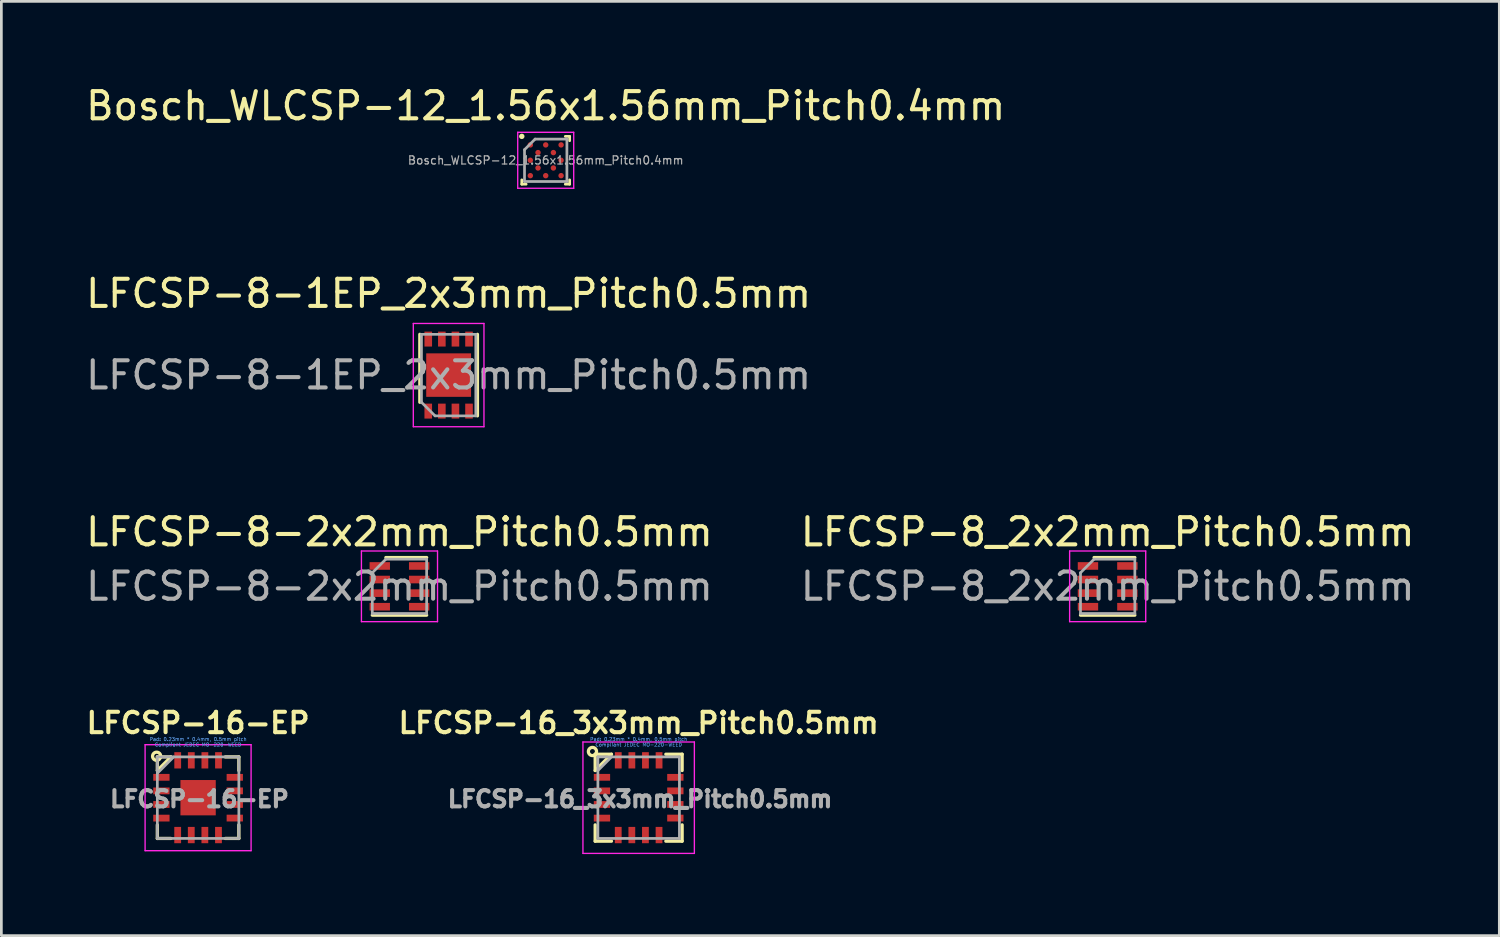
<source format=kicad_pcb>
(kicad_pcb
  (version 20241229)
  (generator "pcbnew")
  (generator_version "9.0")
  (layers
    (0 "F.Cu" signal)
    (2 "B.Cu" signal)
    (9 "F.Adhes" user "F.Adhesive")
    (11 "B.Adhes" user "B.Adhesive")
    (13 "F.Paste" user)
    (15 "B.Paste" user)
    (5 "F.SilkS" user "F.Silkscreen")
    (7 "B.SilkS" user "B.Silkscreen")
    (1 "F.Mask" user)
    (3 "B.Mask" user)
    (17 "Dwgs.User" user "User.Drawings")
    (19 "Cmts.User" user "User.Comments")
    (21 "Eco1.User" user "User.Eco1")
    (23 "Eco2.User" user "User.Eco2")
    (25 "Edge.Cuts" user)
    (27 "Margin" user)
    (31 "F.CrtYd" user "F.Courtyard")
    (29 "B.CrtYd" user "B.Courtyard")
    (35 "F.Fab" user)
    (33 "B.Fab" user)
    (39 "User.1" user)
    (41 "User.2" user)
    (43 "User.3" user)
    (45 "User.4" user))
  (footprint "LFCSP-16-EP"
    (layer "F.Cu")
    (at 4.239 26.302)
    (property "Reference" "LFCSP-16-EP" (at 0 -2.75 0) (layer "F.SilkS") (effects (font (size 0.75 0.75) (thickness 0.15))))
    (attr smd)
    (fp_line (start -1.5 -1.5) (end -1.5 -1) (stroke (width 0.12) (type solid)) (layer "F.SilkS"))
    (fp_line (start -1.5 -1.5) (end -1 -1.5) (stroke (width 0.12) (type solid)) (layer "F.SilkS"))
    (fp_line (start -1.5 -1) (end -1 -1.5) (stroke (width 0.12) (type solid)) (layer "F.SilkS"))
    (fp_line (start -1.5 1) (end -1.5 1.5) (stroke (width 0.12) (type solid)) (layer "F.SilkS"))
    (fp_line (start -1.5 1.5) (end -1 1.5) (stroke (width 0.12) (type solid)) (layer "F.SilkS"))
    (fp_line (start 1 -1.5) (end 1.5 -1.5) (stroke (width 0.12) (type solid)) (layer "F.SilkS"))
    (fp_line (start 1 1.5) (end 1.5 1.5) (stroke (width 0.12) (type solid)) (layer "F.SilkS"))
    (fp_line (start 1.5 -1.5) (end 1.5 -1) (stroke (width 0.12) (type solid)) (layer "F.SilkS"))
    (fp_line (start 1.5 1) (end 1.5 1.5) (stroke (width 0.12) (type solid)) (layer "F.SilkS"))
    (fp_circle (center -1.525 -1.525) (end -1.675 -1.525) (stroke (width 0.12) (type solid)) (fill no) (layer "F.SilkS"))
    (fp_line (start -1.95 1.95) (end -1.95 -1.95) (stroke (width 0.05) (type solid)) (layer "F.CrtYd"))
    (fp_line (start -1.95 1.95) (end 1.95 1.95) (stroke (width 0.05) (type solid)) (layer "F.CrtYd"))
    (fp_line (start 1.95 -1.95) (end -1.95 -1.95) (stroke (width 0.05) (type solid)) (layer "F.CrtYd"))
    (fp_line (start 1.95 -1.95) (end 1.95 1.95) (stroke (width 0.05) (type solid)) (layer "F.CrtYd"))
    (fp_line (start -1.5 -1.5) (end -1.5 1.5) (stroke (width 0.1) (type solid)) (layer "F.Fab"))
    (fp_line (start -1.5 -1.5) (end 1.5 -1.5) (stroke (width 0.1) (type solid)) (layer "F.Fab"))
    (fp_line (start -1.5 1.5) (end 1.5 1.5) (stroke (width 0.1) (type solid)) (layer "F.Fab"))
    (fp_line (start -0.9 -1.5) (end -1.5 -0.9) (stroke (width 0.1) (type solid)) (layer "F.Fab"))
    (fp_line (start 1.5 -1.5) (end 1.5 1.5) (stroke (width 0.1) (type solid)) (layer "F.Fab"))
    (fp_text user "Pad: 0.23mm * 0.4mm, 0.5mm pitch" (at 0 -2.15 0) (layer "Cmts.User") (effects (font (size 0.127 0.127) (thickness 0.02))))
    (fp_text user "Compliant JEDEC MO-220-WEED" (at 0 -1.95 0) (layer "Cmts.User") (effects (font (size 0.127 0.127) (thickness 0.02))))
    (fp_text user "${REFERENCE}" (at 0.05 0.05 0) (layer "F.Fab") (effects (font (size 0.6 0.6) (thickness 0.15))))
    (pad "1" smd rect (at -1.35 -0.75 270) (size 0.25 0.6) (layers "F.Cu" "F.Mask" "F.Paste"))
    (pad "2" smd rect (at -1.35 -0.25 270) (size 0.25 0.6) (layers "F.Cu" "F.Mask" "F.Paste"))
    (pad "3" smd rect (at -1.35 0.25 270) (size 0.25 0.6) (layers "F.Cu" "F.Mask" "F.Paste"))
    (pad "4" smd rect (at -1.35 0.751 270) (size 0.25 0.6) (layers "F.Cu" "F.Mask" "F.Paste"))
    (pad "5" smd rect (at -0.751 1.375 180) (size 0.25 0.6) (layers "F.Cu" "F.Mask" "F.Paste"))
    (pad "6" smd rect (at -0.251 1.375 180) (size 0.25 0.6) (layers "F.Cu" "F.Mask" "F.Paste"))
    (pad "7" smd rect (at 0.249 1.375 180) (size 0.25 0.6) (layers "F.Cu" "F.Mask" "F.Paste"))
    (pad "8" smd rect (at 0.75 1.375 180) (size 0.25 0.6) (layers "F.Cu" "F.Mask" "F.Paste"))
    (pad "9" smd rect (at 1.35 0.75 90) (size 0.25 0.6) (layers "F.Cu" "F.Mask" "F.Paste"))
    (pad "10" smd rect (at 1.35 0.249 90) (size 0.25 0.6) (layers "F.Cu" "F.Mask" "F.Paste"))
    (pad "11" smd rect (at 1.35 -0.251 90) (size 0.25 0.6) (layers "F.Cu" "F.Mask" "F.Paste"))
    (pad "12" smd rect (at 1.35 -0.749 90) (size 0.25 0.6) (layers "F.Cu" "F.Mask" "F.Paste"))
    (pad "13" smd rect (at 0.751 -1.375) (size 0.25 0.6) (layers "F.Cu" "F.Mask" "F.Paste"))
    (pad "14" smd rect (at 0.25 -1.375) (size 0.25 0.6) (layers "F.Cu" "F.Mask" "F.Paste"))
    (pad "15" smd rect (at -0.25 -1.375) (size 0.25 0.6) (layers "F.Cu" "F.Mask" "F.Paste"))
    (pad "16" smd rect (at -0.75 -1.375) (size 0.25 0.6) (layers "F.Cu" "F.Mask" "F.Paste"))
    (pad "GND" smd rect (at 0 0) (size 1.3 1.3) (layers "F.Cu" "F.Mask" "F.Paste")))
  (footprint "LFCSP-8-2x2mm_Pitch0.5mm"
    (layer "F.Cu")
    (at 11.649 18.525)
    (property "Reference" "LFCSP-8-2x2mm_Pitch0.5mm" (at 0 -2 0) (layer "F.SilkS") (effects (font (size 1 1) (thickness 0.15))))
    (attr smd)
    (fp_line (start -0.5 -1.06) (end 1 -1.06) (stroke (width 0.12) (type solid)) (layer "F.SilkS"))
    (fp_line (start 1 1.06) (end -1 1.06) (stroke (width 0.12) (type solid)) (layer "F.SilkS"))
    (fp_line (start -1.4 -1.3) (end 1.4 -1.3) (stroke (width 0.05) (type solid)) (layer "F.CrtYd"))
    (fp_line (start -1.4 1.3) (end -1.4 -1.3) (stroke (width 0.05) (type solid)) (layer "F.CrtYd"))
    (fp_line (start 1.4 -1.3) (end 1.4 1.3) (stroke (width 0.05) (type solid)) (layer "F.CrtYd"))
    (fp_line (start 1.4 1.3) (end -1.4 1.3) (stroke (width 0.05) (type solid)) (layer "F.CrtYd"))
    (fp_line (start -1 -0.5) (end -1 1) (stroke (width 0.1) (type solid)) (layer "F.Fab"))
    (fp_line (start -0.5 -1) (end -1 -0.5) (stroke (width 0.1) (type solid)) (layer "F.Fab"))
    (fp_line (start -0.5 -1) (end 1 -1) (stroke (width 0.1) (type solid)) (layer "F.Fab"))
    (fp_line (start 1 1) (end -1 1) (stroke (width 0.1) (type solid)) (layer "F.Fab"))
    (fp_line (start 1 1) (end 1 -1) (stroke (width 0.1) (type solid)) (layer "F.Fab"))
    (fp_text user "${REFERENCE}" (at 0 0 180) (layer "F.Fab") (effects (font (size 1 1) (thickness 0.15))))
    (pad "1" smd rect (at -0.725 -0.75) (size 0.75 0.28) (layers "F.Cu" "F.Mask" "F.Paste"))
    (pad "2" smd rect (at -0.725 -0.25) (size 0.75 0.28) (layers "F.Cu" "F.Mask" "F.Paste"))
    (pad "3" smd rect (at -0.725 0.25) (size 0.75 0.28) (layers "F.Cu" "F.Mask" "F.Paste"))
    (pad "4" smd rect (at -0.725 0.75) (size 0.75 0.28) (layers "F.Cu" "F.Mask" "F.Paste"))
    (pad "5" smd rect (at 0.725 0.75) (size 0.75 0.28) (layers "F.Cu" "F.Mask" "F.Paste"))
    (pad "6" smd rect (at 0.725 0.25) (size 0.75 0.28) (layers "F.Cu" "F.Mask" "F.Paste"))
    (pad "7" smd rect (at 0.725 -0.25) (size 0.75 0.28) (layers "F.Cu" "F.Mask" "F.Paste"))
    (pad "8" smd rect (at 0.725 -0.75) (size 0.75 0.28) (layers "F.Cu" "F.Mask" "F.Paste")))
  (footprint "LFCSP-8-1EP_2x3mm_Pitch0.5mm"
    (layer "F.Cu")
    (at 13.458 10.752)
    (property "Reference" "LFCSP-8-1EP_2x3mm_Pitch0.5mm" (at 0 -3 0) (layer "F.SilkS") (effects (font (size 1 1) (thickness 0.15))))
    (attr smd)
    (fp_line (start -1.06 1) (end -1.06 -1.5) (stroke (width 0.12) (type solid)) (layer "F.SilkS"))
    (fp_line (start 1.06 -1.5) (end 1.06 1.5) (stroke (width 0.12) (type solid)) (layer "F.SilkS"))
    (fp_line (start -1.3 -1.9) (end 1.3 -1.9) (stroke (width 0.05) (type solid)) (layer "F.CrtYd"))
    (fp_line (start -1.3 1.9) (end -1.3 -1.9) (stroke (width 0.05) (type solid)) (layer "F.CrtYd"))
    (fp_line (start 1.3 -1.9) (end 1.3 1.9) (stroke (width 0.05) (type solid)) (layer "F.CrtYd"))
    (fp_line (start 1.3 1.9) (end -1.3 1.9) (stroke (width 0.05) (type solid)) (layer "F.CrtYd"))
    (fp_line (start -1 1) (end -1 -1.5) (stroke (width 0.1) (type solid)) (layer "F.Fab"))
    (fp_line (start -1 1) (end -0.5 1.5) (stroke (width 0.1) (type solid)) (layer "F.Fab"))
    (fp_line (start -0.5 1.5) (end 1 1.5) (stroke (width 0.1) (type solid)) (layer "F.Fab"))
    (fp_line (start 1 -1.5) (end -1 -1.5) (stroke (width 0.1) (type solid)) (layer "F.Fab"))
    (fp_line (start 1 -1.5) (end 1 1.5) (stroke (width 0.1) (type solid)) (layer "F.Fab"))
    (fp_text user "${REFERENCE}" (at 0 0 0) (layer "F.Fab") (effects (font (size 1 1) (thickness 0.15))))
    (pad "1" smd rect (at -0.75 1.325) (size 0.28 0.55) (layers "F.Cu" "F.Mask" "F.Paste"))
    (pad "2" smd rect (at -0.25 1.325) (size 0.28 0.55) (layers "F.Cu" "F.Mask" "F.Paste"))
    (pad "3" smd rect (at 0.25 1.325) (size 0.28 0.55) (layers "F.Cu" "F.Mask" "F.Paste"))
    (pad "4" smd rect (at 0.75 1.325) (size 0.28 0.55) (layers "F.Cu" "F.Mask" "F.Paste"))
    (pad "5" smd rect (at 0.75 -1.325) (size 0.28 0.55) (layers "F.Cu" "F.Mask" "F.Paste"))
    (pad "6" smd rect (at 0.25 -1.325) (size 0.28 0.55) (layers "F.Cu" "F.Mask" "F.Paste"))
    (pad "7" smd rect (at -0.25 -1.325) (size 0.28 0.55) (layers "F.Cu" "F.Mask" "F.Paste"))
    (pad "8" smd rect (at -0.75 -1.325) (size 0.28 0.55) (layers "F.Cu" "F.Mask" "F.Paste"))
    (pad "9" smd rect (at 0 0) (size 1.65 1.6) (layers "F.Cu" "F.Mask" "F.Paste")))
  (footprint "LFCSP-16_3x3mm_Pitch0.5mm"
    (layer "F.Cu")
    (at 20.45 26.302)
    (property "Reference" "LFCSP-16_3x3mm_Pitch0.5mm" (at 0 -2.75 0) (layer "F.SilkS") (effects (font (size 0.75 0.75) (thickness 0.15))))
    (attr smd)
    (fp_line (start -1.6 -1.6) (end -1.6 -1) (stroke (width 0.12) (type solid)) (layer "F.SilkS"))
    (fp_line (start -1.6 -1.6) (end -1 -1.6) (stroke (width 0.12) (type solid)) (layer "F.SilkS"))
    (fp_line (start -1.6 -1) (end -1 -1.6) (stroke (width 0.12) (type solid)) (layer "F.SilkS"))
    (fp_line (start -1.6 1) (end -1.6 1.6) (stroke (width 0.12) (type solid)) (layer "F.SilkS"))
    (fp_line (start -1.6 1.6) (end -1 1.6) (stroke (width 0.12) (type solid)) (layer "F.SilkS"))
    (fp_line (start 1 -1.6) (end 1.6 -1.6) (stroke (width 0.12) (type solid)) (layer "F.SilkS"))
    (fp_line (start 1 1.6) (end 1.6 1.6) (stroke (width 0.12) (type solid)) (layer "F.SilkS"))
    (fp_line (start 1.6 -1.6) (end 1.6 -1) (stroke (width 0.12) (type solid)) (layer "F.SilkS"))
    (fp_line (start 1.6 1) (end 1.6 1.6) (stroke (width 0.12) (type solid)) (layer "F.SilkS"))
    (fp_circle (center -1.7 -1.7) (end -1.85 -1.7) (stroke (width 0.12) (type solid)) (fill no) (layer "F.SilkS"))
    (fp_line (start -2.05 2.05) (end -2.05 -2.05) (stroke (width 0.05) (type solid)) (layer "F.CrtYd"))
    (fp_line (start -2.05 2.05) (end 2.05 2.05) (stroke (width 0.05) (type solid)) (layer "F.CrtYd"))
    (fp_line (start 2.05 -2.05) (end -2.05 -2.05) (stroke (width 0.05) (type solid)) (layer "F.CrtYd"))
    (fp_line (start 2.05 -2.05) (end 2.05 2.05) (stroke (width 0.05) (type solid)) (layer "F.CrtYd"))
    (fp_line (start -1.5 -1.5) (end -1.5 1.5) (stroke (width 0.1) (type solid)) (layer "F.Fab"))
    (fp_line (start -1.5 -1.5) (end 1.5 -1.5) (stroke (width 0.1) (type solid)) (layer "F.Fab"))
    (fp_line (start -1.5 1.5) (end 1.5 1.5) (stroke (width 0.1) (type solid)) (layer "F.Fab"))
    (fp_line (start -1 -1.5) (end -1.5 -1) (stroke (width 0.1) (type solid)) (layer "F.Fab"))
    (fp_line (start 1.5 -1.5) (end 1.5 1.5) (stroke (width 0.1) (type solid)) (layer "F.Fab"))
    (fp_text user "Compliant JEDEC MO-220-WEED" (at 0 -1.95 0) (layer "Cmts.User") (effects (font (size 0.127 0.127) (thickness 0.02))))
    (fp_text user "Pad: 0.23mm * 0.4mm, 0.5mm pitch" (at 0 -2.15 0) (layer "Cmts.User") (effects (font (size 0.127 0.127) (thickness 0.02))))
    (fp_text user "${REFERENCE}" (at 0.05 0.05 0) (layer "F.Fab") (effects (font (size 0.6 0.6) (thickness 0.15))))
    (pad "1" smd rect (at -1.35 -0.75 270) (size 0.25 0.6) (layers "F.Cu" "F.Mask" "F.Paste"))
    (pad "2" smd rect (at -1.35 -0.25 270) (size 0.25 0.6) (layers "F.Cu" "F.Mask" "F.Paste"))
    (pad "3" smd rect (at -1.35 0.25 270) (size 0.25 0.6) (layers "F.Cu" "F.Mask" "F.Paste"))
    (pad "4" smd rect (at -1.35 0.751 270) (size 0.25 0.6) (layers "F.Cu" "F.Mask" "F.Paste"))
    (pad "5" smd rect (at -0.751 1.375 180) (size 0.25 0.6) (layers "F.Cu" "F.Mask" "F.Paste"))
    (pad "6" smd rect (at -0.251 1.375 180) (size 0.25 0.6) (layers "F.Cu" "F.Mask" "F.Paste"))
    (pad "7" smd rect (at 0.249 1.375 180) (size 0.25 0.6) (layers "F.Cu" "F.Mask" "F.Paste"))
    (pad "8" smd rect (at 0.75 1.375 180) (size 0.25 0.6) (layers "F.Cu" "F.Mask" "F.Paste"))
    (pad "9" smd rect (at 1.35 0.75 90) (size 0.25 0.6) (layers "F.Cu" "F.Mask" "F.Paste"))
    (pad "10" smd rect (at 1.35 0.249 90) (size 0.25 0.6) (layers "F.Cu" "F.Mask" "F.Paste"))
    (pad "11" smd rect (at 1.35 -0.251 90) (size 0.25 0.6) (layers "F.Cu" "F.Mask" "F.Paste"))
    (pad "12" smd rect (at 1.35 -0.749 90) (size 0.25 0.6) (layers "F.Cu" "F.Mask" "F.Paste"))
    (pad "13" smd rect (at 0.751 -1.375) (size 0.25 0.6) (layers "F.Cu" "F.Mask" "F.Paste"))
    (pad "14" smd rect (at 0.25 -1.375) (size 0.25 0.6) (layers "F.Cu" "F.Mask" "F.Paste"))
    (pad "15" smd rect (at -0.25 -1.375) (size 0.25 0.6) (layers "F.Cu" "F.Mask" "F.Paste"))
    (pad "16" smd rect (at -0.75 -1.375) (size 0.25 0.6) (layers "F.Cu" "F.Mask" "F.Paste")))
  (footprint "Bosch_WLCSP-12_1.56x1.56mm_Pitch0.4mm"
    (layer "F.Cu")
    (at 17.03 2.848)
    (property "Reference" "Bosch_WLCSP-12_1.56x1.56mm_Pitch0.4mm" (at 0 -2 0) (layer "F.SilkS") (effects (font (size 1 1) (thickness 0.15))))
    (attr smd)
    (fp_line (start -0.88 0.88) (end -0.88 0.72) (stroke (width 0.1) (type solid)) (layer "F.SilkS"))
    (fp_line (start -0.88 0.88) (end -0.72 0.88) (stroke (width 0.1) (type solid)) (layer "F.SilkS"))
    (fp_line (start 0.88 -0.88) (end 0.72 -0.88) (stroke (width 0.1) (type solid)) (layer "F.SilkS"))
    (fp_line (start 0.88 -0.88) (end 0.88 -0.72) (stroke (width 0.1) (type solid)) (layer "F.SilkS"))
    (fp_line (start 0.88 0.88) (end 0.72 0.88) (stroke (width 0.1) (type solid)) (layer "F.SilkS"))
    (fp_line (start 0.88 0.88) (end 0.88 0.72) (stroke (width 0.1) (type solid)) (layer "F.SilkS"))
    (fp_circle (center -0.88 -0.88) (end -0.83 -0.88) (stroke (width 0.1) (type solid)) (fill no) (layer "F.SilkS"))
    (fp_line (start -1.03 -1.03) (end -1.03 1.03) (stroke (width 0.05) (type solid)) (layer "F.CrtYd"))
    (fp_line (start -1.03 -1.03) (end 1.03 -1.03) (stroke (width 0.05) (type solid)) (layer "F.CrtYd"))
    (fp_line (start -1.03 1.03) (end 1.03 1.03) (stroke (width 0.05) (type solid)) (layer "F.CrtYd"))
    (fp_line (start 1.03 -1.03) (end 1.03 1.03) (stroke (width 0.05) (type solid)) (layer "F.CrtYd"))
    (fp_line (start -0.78 -0.39) (end -0.39 -0.78) (stroke (width 0.1) (type solid)) (layer "F.Fab"))
    (fp_line (start -0.78 0.78) (end -0.78 -0.39) (stroke (width 0.1) (type solid)) (layer "F.Fab"))
    (fp_line (start -0.39 -0.78) (end 0.78 -0.78) (stroke (width 0.1) (type solid)) (layer "F.Fab"))
    (fp_line (start 0.78 0.78) (end -0.78 0.78) (stroke (width 0.1) (type solid)) (layer "F.Fab"))
    (fp_line (start 0.78 0.78) (end 0.78 -0.78) (stroke (width 0.1) (type solid)) (layer "F.Fab"))
    (fp_text user "${REFERENCE}" (at 0 0 0) (layer "F.Fab") (effects (font (size 0.3 0.3) (thickness 0.045))))
    (pad "A1" smd circle (at -0.566 -0.566) (size 0.2 0.2) (layers "F.Cu" "F.Mask" "F.Paste"))
    (pad "A3" smd circle (at 0 -0.566) (size 0.2 0.2) (layers "F.Cu" "F.Mask" "F.Paste"))
    (pad "A5" smd circle (at 0.566 -0.566) (size 0.2 0.2) (layers "F.Cu" "F.Mask" "F.Paste"))
    (pad "B2" smd circle (at -0.283 -0.283) (size 0.2 0.2) (layers "F.Cu" "F.Mask" "F.Paste"))
    (pad "B4" smd circle (at 0.283 -0.283) (size 0.2 0.2) (layers "F.Cu" "F.Mask" "F.Paste"))
    (pad "C1" smd circle (at -0.566 0) (size 0.2 0.2) (layers "F.Cu" "F.Mask" "F.Paste"))
    (pad "C5" smd circle (at 0.566 0) (size 0.2 0.2) (layers "F.Cu" "F.Mask" "F.Paste"))
    (pad "D2" smd circle (at -0.283 0.283) (size 0.2 0.2) (layers "F.Cu" "F.Mask" "F.Paste"))
    (pad "D4" smd circle (at 0.283 0.283) (size 0.2 0.2) (layers "F.Cu" "F.Mask" "F.Paste"))
    (pad "E1" smd circle (at -0.566 0.566) (size 0.2 0.2) (layers "F.Cu" "F.Mask" "F.Paste"))
    (pad "E3" smd circle (at 0 0.566) (size 0.2 0.2) (layers "F.Cu" "F.Mask" "F.Paste"))
    (pad "E5" smd circle (at 0.566 0.566) (size 0.2 0.2) (layers "F.Cu" "F.Mask" "F.Paste")))
  (footprint "LFCSP-8_2x2mm_Pitch0.5mm"
    (layer "F.Cu")
    (at 37.708 18.525)
    (property "Reference" "LFCSP-8_2x2mm_Pitch0.5mm" (at 0 -2 0) (layer "F.SilkS") (effects (font (size 1 1) (thickness 0.15))))
    (attr smd)
    (fp_line (start -0.5 -1.06) (end 1 -1.06) (stroke (width 0.12) (type solid)) (layer "F.SilkS"))
    (fp_line (start 1 1.06) (end -1 1.06) (stroke (width 0.12) (type solid)) (layer "F.SilkS"))
    (fp_line (start -1.4 -1.3) (end 1.4 -1.3) (stroke (width 0.05) (type solid)) (layer "F.CrtYd"))
    (fp_line (start -1.4 1.3) (end -1.4 -1.3) (stroke (width 0.05) (type solid)) (layer "F.CrtYd"))
    (fp_line (start 1.4 -1.3) (end 1.4 1.3) (stroke (width 0.05) (type solid)) (layer "F.CrtYd"))
    (fp_line (start 1.4 1.3) (end -1.4 1.3) (stroke (width 0.05) (type solid)) (layer "F.CrtYd"))
    (fp_line (start -1 -0.5) (end -1 1) (stroke (width 0.1) (type solid)) (layer "F.Fab"))
    (fp_line (start -0.5 -1) (end -1 -0.5) (stroke (width 0.1) (type solid)) (layer "F.Fab"))
    (fp_line (start -0.5 -1) (end 1 -1) (stroke (width 0.1) (type solid)) (layer "F.Fab"))
    (fp_line (start 1 1) (end -1 1) (stroke (width 0.1) (type solid)) (layer "F.Fab"))
    (fp_line (start 1 1) (end 1 -1) (stroke (width 0.1) (type solid)) (layer "F.Fab"))
    (fp_text user "${REFERENCE}" (at 0 0 180) (layer "F.Fab") (effects (font (size 1 1) (thickness 0.15))))
    (pad "1" smd rect (at -0.725 -0.75) (size 0.75 0.28) (layers "F.Cu" "F.Mask" "F.Paste"))
    (pad "2" smd rect (at -0.725 -0.25) (size 0.75 0.28) (layers "F.Cu" "F.Mask" "F.Paste"))
    (pad "3" smd rect (at -0.725 0.25) (size 0.75 0.28) (layers "F.Cu" "F.Mask" "F.Paste"))
    (pad "4" smd rect (at -0.725 0.75) (size 0.75 0.28) (layers "F.Cu" "F.Mask" "F.Paste"))
    (pad "5" smd rect (at 0.725 0.75) (size 0.75 0.28) (layers "F.Cu" "F.Mask" "F.Paste"))
    (pad "6" smd rect (at 0.725 0.25) (size 0.75 0.28) (layers "F.Cu" "F.Mask" "F.Paste"))
    (pad "7" smd rect (at 0.725 -0.25) (size 0.75 0.28) (layers "F.Cu" "F.Mask" "F.Paste"))
    (pad "8" smd rect (at 0.725 -0.75) (size 0.75 0.28) (layers "F.Cu" "F.Mask" "F.Paste")))
  (gr_rect
    (start -3 -3)
    (end 52.119 31.377)
    (stroke (width 0.1) (type default))
    (fill no)
    (layer "Edge.Cuts")))
</source>
